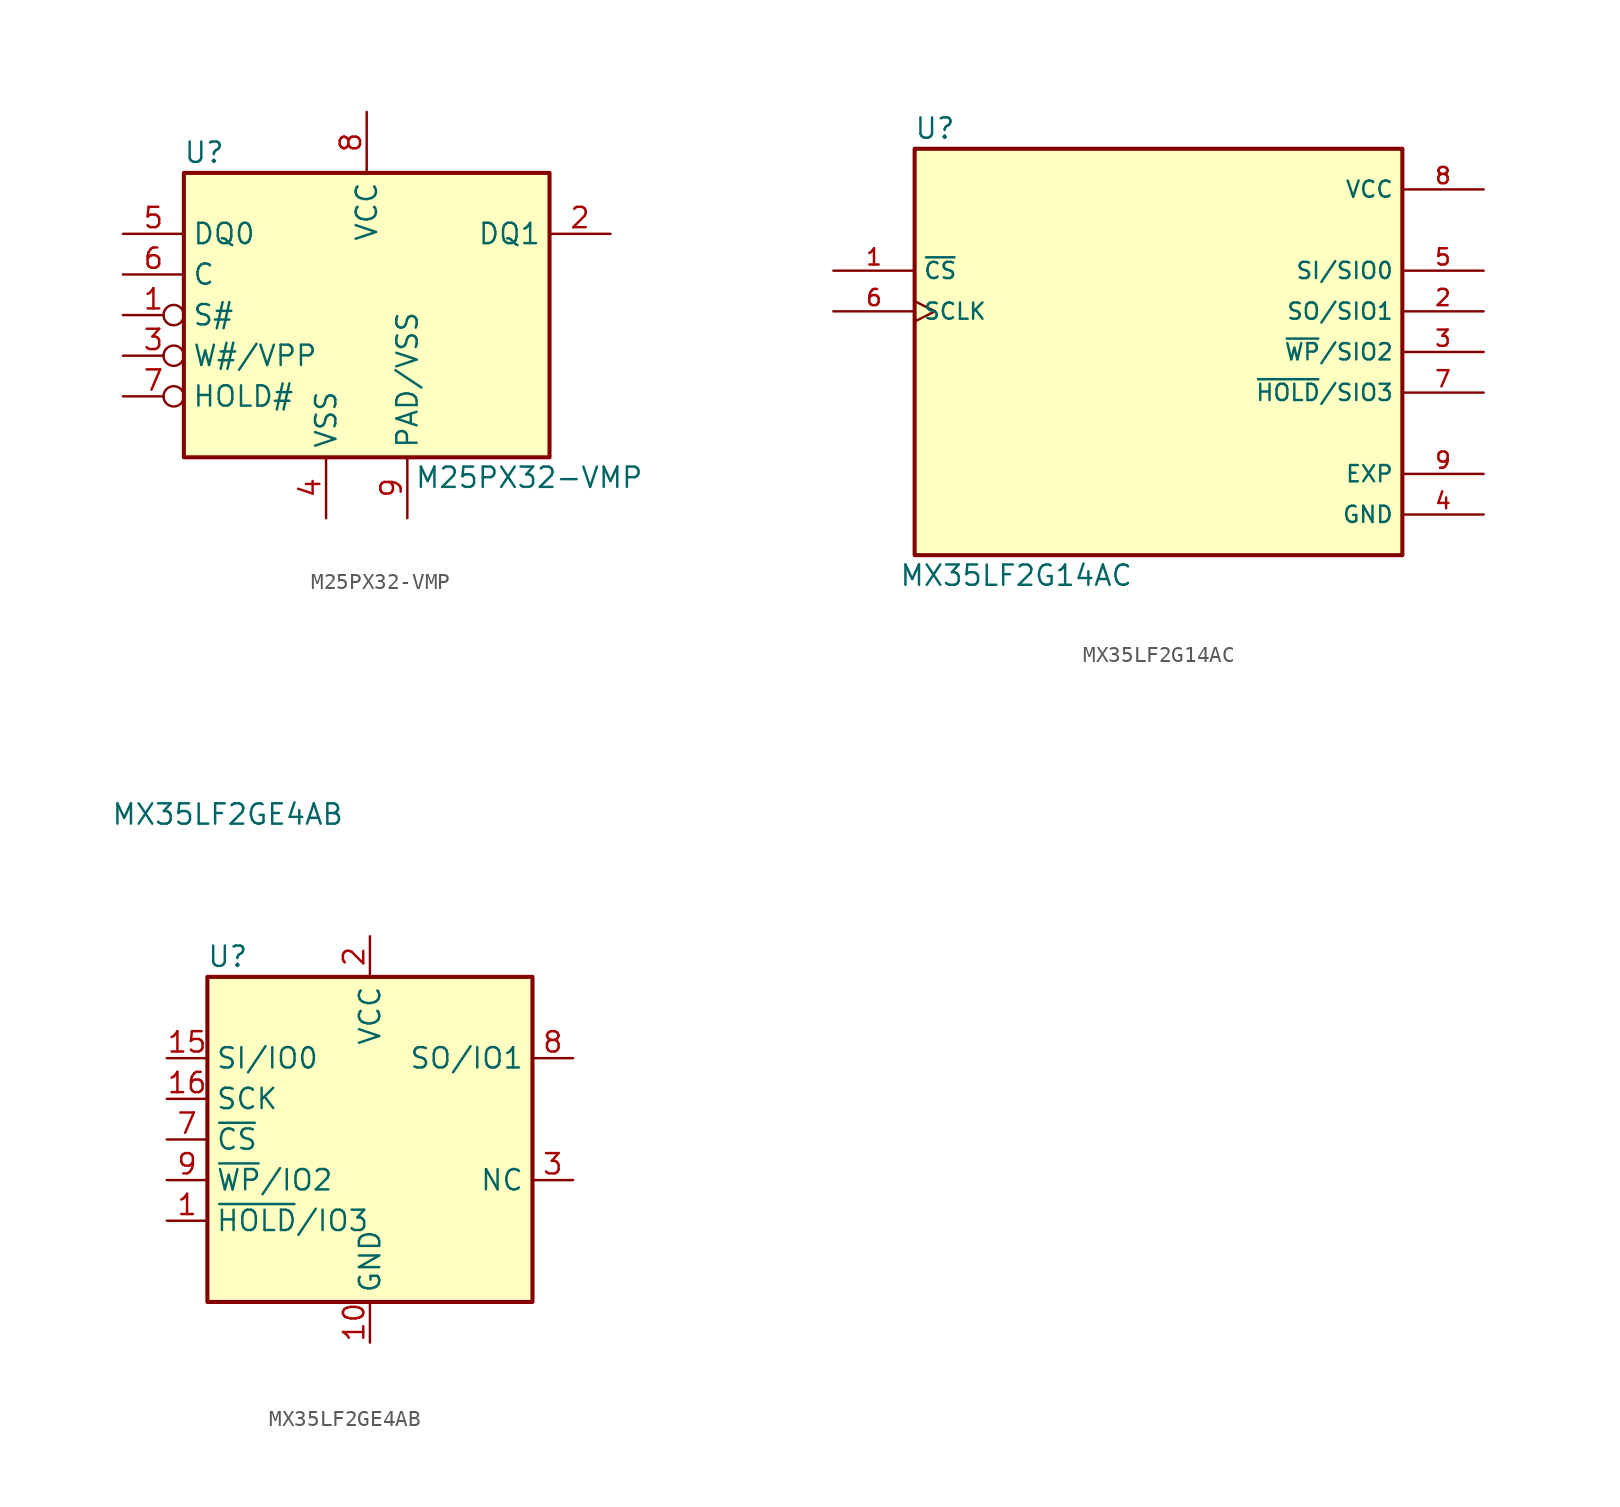
<source format=kicad_sym>
(kicad_symbol_lib
  (version 20211014)
  (generator kicad_symbol_editor)
  (symbol "M25PX32-VMP"
    (property "Reference" "U"
      (at -10.16 10.16 0)
      (effects (font (size 1.27 1.27))))
    (property "Value" "M25PX32-VMP"
      (at 10.16 -10.16 0)
      (effects (font (size 1.27 1.27))))
    (symbol "M25PX32-VMP_0_1"
      (rectangle (start -11.43 8.89) (end 11.43 -8.89) (stroke (width 0.254) (type default) (color 0 0 0 0)) (fill (type background))))
    (symbol "M25PX32-VMP_1_1"
      (pin input inverted (at -15.24 0 0) (length 3.81) (name "S#" (effects (font (size 1.27 1.27)))) (number "1" (effects (font (size 1.27 1.27)))))
      (pin bidirectional line (at 15.24 5.08 180) (length 3.81) (name "DQ1" (effects (font (size 1.27 1.27)))) (number "2" (effects (font (size 1.27 1.27)))))
      (pin input inverted (at -15.24 -2.54 0) (length 3.81) (name "W#/VPP" (effects (font (size 1.27 1.27)))) (number "3" (effects (font (size 1.27 1.27)))))
      (pin power_in line (at -2.54 -12.7 90) (length 3.81) (name "VSS" (effects (font (size 1.27 1.27)))) (number "4" (effects (font (size 1.27 1.27)))))
      (pin bidirectional line (at -15.24 5.08 0) (length 3.81) (name "DQ0" (effects (font (size 1.27 1.27)))) (number "5" (effects (font (size 1.27 1.27)))))
      (pin input line (at -15.24 2.54 0) (length 3.81) (name "C" (effects (font (size 1.27 1.27)))) (number "6" (effects (font (size 1.27 1.27)))))
      (pin input inverted (at -15.24 -5.08 0) (length 3.81) (name "HOLD#" (effects (font (size 1.27 1.27)))) (number "7" (effects (font (size 1.27 1.27)))))
      (pin power_in line (at 0 12.7 270) (length 3.81) (name "VCC" (effects (font (size 1.27 1.27)))) (number "8" (effects (font (size 1.27 1.27)))))
      (pin power_in line (at 2.54 -12.7 90) (length 3.81) (name "PAD/VSS" (effects (font (size 1.27 1.27)))) (number "9" (effects (font (size 1.27 1.27)))))))
  (symbol "MX35LF2G14AC"
    (property "Reference" "U"
      (at -13.97 13.97 0)
      (effects (font (size 1.27 1.27))))
    (property "Value" "MX35LF2G14AC"
      (at -8.89 -13.97 0)
      (effects (font (size 1.27 1.27))))
    (symbol "MX35LF2G14AC_1_1"
      (rectangle (start -15.24 -12.7) (end 15.24 12.7) (stroke (width 0.254) (type default) (color 0 0 0 0)) (fill (type background)))
      (pin input line (at -20.32 5.08 0) (length 5.08) (name "~{CS}" (effects (font (size 1.016 1.016)))) (number "1" (effects (font (size 1.016 1.016)))))
      (pin bidirectional line (at 20.32 2.54 180) (length 5.08) (name "SO/SIO1" (effects (font (size 1.016 1.016)))) (number "2" (effects (font (size 1.016 1.016)))))
      (pin bidirectional line (at 20.32 0 180) (length 5.08) (name "~{WP}/SIO2" (effects (font (size 1.016 1.016)))) (number "3" (effects (font (size 1.016 1.016)))))
      (pin power_in line (at 20.32 -10.16 180) (length 5.08) (name "GND" (effects (font (size 1.016 1.016)))) (number "4" (effects (font (size 1.016 1.016)))))
      (pin bidirectional line (at 20.32 5.08 180) (length 5.08) (name "SI/SIO0" (effects (font (size 1.016 1.016)))) (number "5" (effects (font (size 1.016 1.016)))))
      (pin input clock (at -20.32 2.54 0) (length 5.08) (name "SCLK" (effects (font (size 1.016 1.016)))) (number "6" (effects (font (size 1.016 1.016)))))
      (pin bidirectional line (at 20.32 -2.54 180) (length 5.08) (name "~{HOLD}/SIO3" (effects (font (size 1.016 1.016)))) (number "7" (effects (font (size 1.016 1.016)))))
      (pin power_in line (at 20.32 10.16 180) (length 5.08) (name "VCC" (effects (font (size 1.016 1.016)))) (number "8" (effects (font (size 1.016 1.016)))))
      (pin power_in line (at 20.32 -7.62 180) (length 5.08) (name "EXP" (effects (font (size 1.016 1.016)))) (number "9" (effects (font (size 1.016 1.016)))))))
  (symbol "MX35LF2GE4AB"
    (property "Reference" "U"
      (at -8.89 11.43 0)
      (effects (font (size 1.27 1.27))))
    (property "Value" "MX35LF2GE4AB"
      (at -8.89 20.32 0)
      (effects (font (size 1.27 1.27))))
    (symbol "MX35LF2GE4AB_0_1"
      (rectangle (start 10.16 -10.16) (end -10.16 10.16) (stroke (width 0.254) (type default) (color 0 0 0 0)) (fill (type background)))
      (pin bidirectional line (at -12.7 -5.08 0) (length 2.54) (name "~{HOLD}/IO3" (effects (font (size 1.27 1.27)))) (number "1" (effects (font (size 1.27 1.27)))))
      (pin power_in line (at 0 -12.7 90) (length 2.54) (name "GND" (effects (font (size 1.27 1.27)))) (number "10" (effects (font (size 1.27 1.27)))))
      (pin no_connect line (at 10.16 0 180) (length 2.54) hide (name "NC" (effects (font (size 1.27 1.27)))) (number "11" (effects (font (size 1.27 1.27)))))
      (pin no_connect line (at 10.16 -5.08 180) (length 2.54) hide (name "NC" (effects (font (size 1.27 1.27)))) (number "12" (effects (font (size 1.27 1.27)))))
      (pin no_connect line (at 10.16 7.62 180) (length 2.54) hide (name "NC" (effects (font (size 1.27 1.27)))) (number "13" (effects (font (size 1.27 1.27)))))
      (pin no_connect line (at 10.16 -7.62 180) (length 2.54) hide (name "NC" (effects (font (size 1.27 1.27)))) (number "14" (effects (font (size 1.27 1.27)))))
      (pin bidirectional line (at -12.7 5.08 0) (length 2.54) (name "SI/IO0" (effects (font (size 1.27 1.27)))) (number "15" (effects (font (size 1.27 1.27)))))
      (pin input line (at -12.7 2.54 0) (length 2.54) (name "SCK" (effects (font (size 1.27 1.27)))) (number "16" (effects (font (size 1.27 1.27)))))
      (pin power_in line (at 0 12.7 270) (length 2.54) (name "VCC" (effects (font (size 1.27 1.27)))) (number "2" (effects (font (size 1.27 1.27)))))
      (pin input line (at 12.7 -2.54 180) (length 2.54) (name "NC" (effects (font (size 1.27 1.27)))) (number "3" (effects (font (size 1.27 1.27)))))
      (pin no_connect line (at -10.16 7.62 0) (length 2.54) hide (name "NC" (effects (font (size 1.27 1.27)))) (number "4" (effects (font (size 1.27 1.27)))))
      (pin no_connect line (at -10.16 -7.62 0) (length 2.54) hide (name "NC" (effects (font (size 1.27 1.27)))) (number "5" (effects (font (size 1.27 1.27)))))
      (pin no_connect line (at 10.16 2.54 180) (length 2.54) hide (name "NC" (effects (font (size 1.27 1.27)))) (number "6" (effects (font (size 1.27 1.27)))))
      (pin input line (at -12.7 0 0) (length 2.54) (name "~{CS}" (effects (font (size 1.27 1.27)))) (number "7" (effects (font (size 1.27 1.27)))))
      (pin bidirectional line (at 12.7 5.08 180) (length 2.54) (name "SO/IO1" (effects (font (size 1.27 1.27)))) (number "8" (effects (font (size 1.27 1.27)))))
      (pin bidirectional line (at -12.7 -2.54 0) (length 2.54) (name "~{WP}/IO2" (effects (font (size 1.27 1.27)))) (number "9" (effects (font (size 1.27 1.27))))))))
</source>
